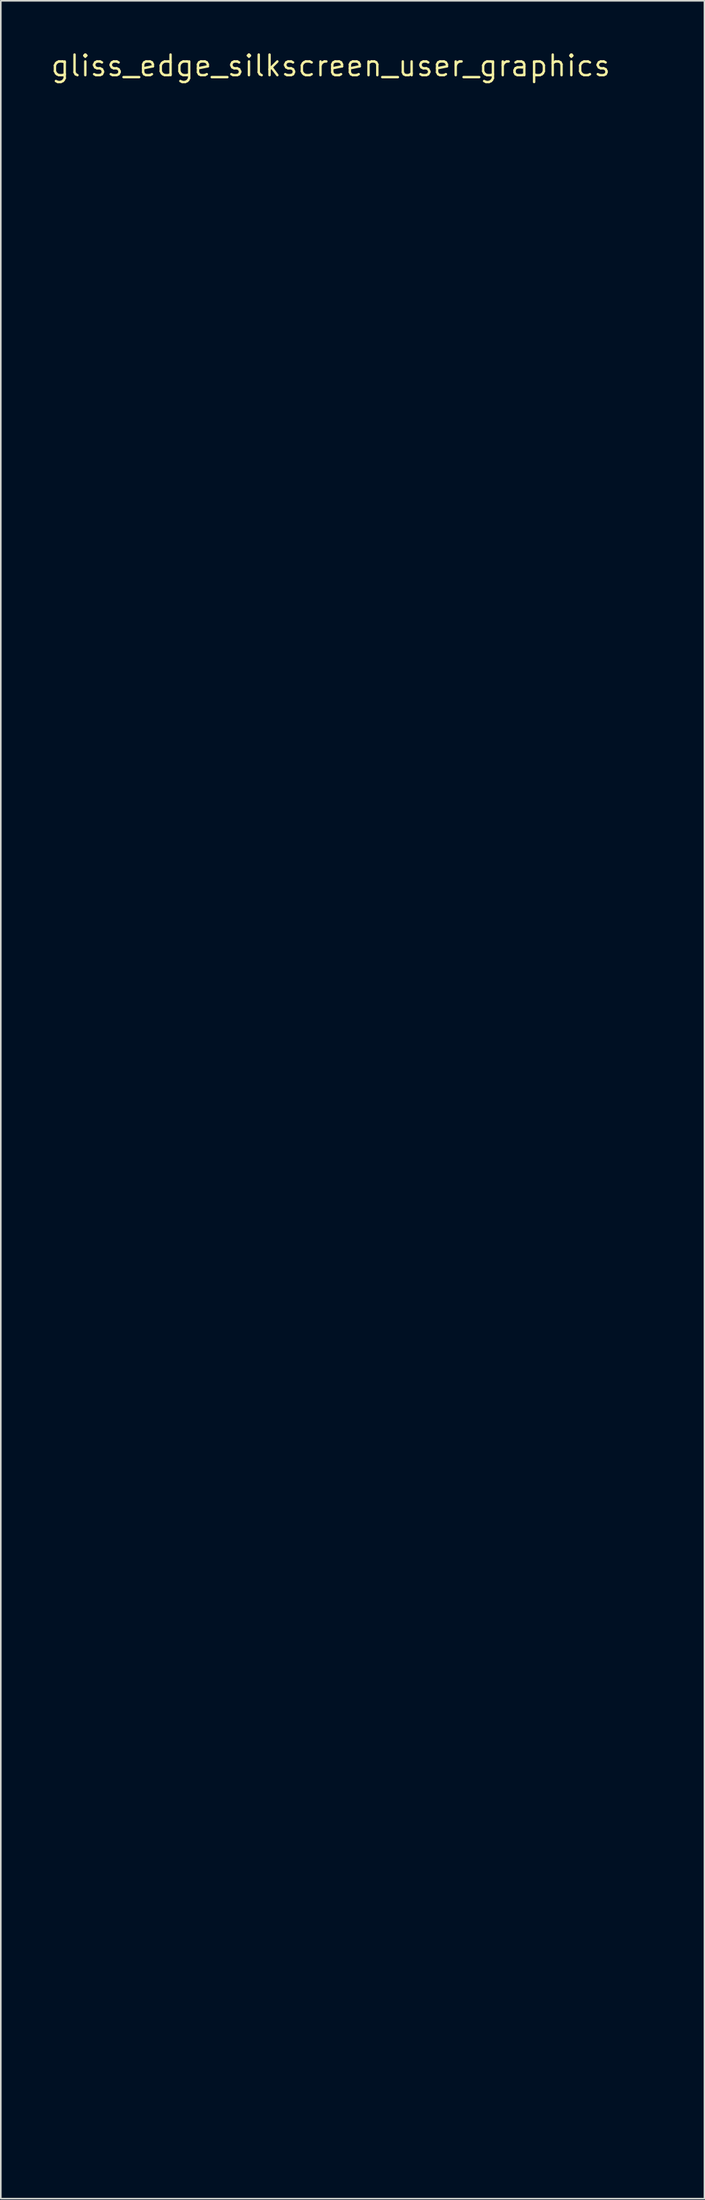
<source format=kicad_pcb>
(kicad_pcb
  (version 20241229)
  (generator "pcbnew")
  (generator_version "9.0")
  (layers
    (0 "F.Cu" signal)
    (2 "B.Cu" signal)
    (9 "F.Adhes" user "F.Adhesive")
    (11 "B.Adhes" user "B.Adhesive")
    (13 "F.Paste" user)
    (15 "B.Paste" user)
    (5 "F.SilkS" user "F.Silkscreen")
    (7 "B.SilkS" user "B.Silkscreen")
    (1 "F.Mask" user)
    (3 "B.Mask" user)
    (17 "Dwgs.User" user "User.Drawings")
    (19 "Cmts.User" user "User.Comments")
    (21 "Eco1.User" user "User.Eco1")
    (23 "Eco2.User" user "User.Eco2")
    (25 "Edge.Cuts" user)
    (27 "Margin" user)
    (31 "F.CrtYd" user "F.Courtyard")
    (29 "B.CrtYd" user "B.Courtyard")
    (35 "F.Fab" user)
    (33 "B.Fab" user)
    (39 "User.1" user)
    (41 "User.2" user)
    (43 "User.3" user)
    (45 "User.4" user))
  (footprint "gliss_edge_silkscreen_user_graphics"
    (layer "F.Cu")
    (at 17.364 1.006)
    (property "Reference" "gliss_edge_silkscreen_user_graphics" (at 0 0 0) (layer "F.SilkS") (effects (font (size 1.27 1.27) (thickness 0.15))))
    (attr through_hole)
    (fp_line (start 5.7 1.35) (end 8.3 1.35) (stroke (width 0.1) (type solid)) (layer "Eco2.User"))
    (fp_line (start 5.71 123.86) (end 8.31 123.86) (stroke (width 0.1) (type solid)) (layer "Eco2.User"))
    (fp_line (start 8.3 4.75) (end 5.7 4.75) (stroke (width 0.1) (type solid)) (layer "Eco2.User"))
    (fp_line (start 8.31 127.26) (end 5.71 127.26) (stroke (width 0.1) (type solid)) (layer "Eco2.User"))
    (fp_rect (start 0 0) (end 20 6.5) (stroke (width 0.12) (type solid)) (fill no) (layer "Eco2.User"))
    (fp_rect (start 0 96.25) (end 20 122) (stroke (width 0.12) (type solid)) (fill no) (layer "Eco2.User"))
    (fp_rect (start 0 122) (end 20 128.5) (stroke (width 0.12) (type solid)) (fill no) (layer "Eco2.User"))
    (fp_arc (start 5.7 4.75) (mid 4 3.05) (end 5.7 1.35) (stroke (width 0.1) (type solid)) (layer "Eco2.User"))
    (fp_arc (start 5.71 127.26) (mid 4.01 125.56) (end 5.71 123.86) (stroke (width 0.1) (type solid)) (layer "Eco2.User"))
    (fp_arc (start 8.3 1.35) (mid 10 3.05) (end 8.3 4.75) (stroke (width 0.1) (type solid)) (layer "Eco2.User"))
    (fp_arc (start 8.31 123.86) (mid 10.01 125.56) (end 8.31 127.26) (stroke (width 0.1) (type solid)) (layer "Eco2.User"))
    (fp_circle (center 5 100.5) (end 8.25 100.5) (stroke (width 0.12) (type solid)) (fill no) (layer "Eco2.User"))
    (fp_circle (center 5 114) (end 7.75 114) (stroke (width 0.12) (type solid)) (fill no) (layer "Eco2.User"))
    (fp_circle (center 15 100.5) (end 18.25 100.5) (stroke (width 0.12) (type solid)) (fill no) (layer "Eco2.User"))
    (fp_circle (center 15 114) (end 18.25 114) (stroke (width 0.12) (type solid)) (fill no) (layer "Eco2.User")))
  (gr_rect
    (start -3 -3)
    (end 40.424 132.566)
    (stroke (width 0.1) (type default))
    (fill no)
    (layer "Edge.Cuts")))
</source>
